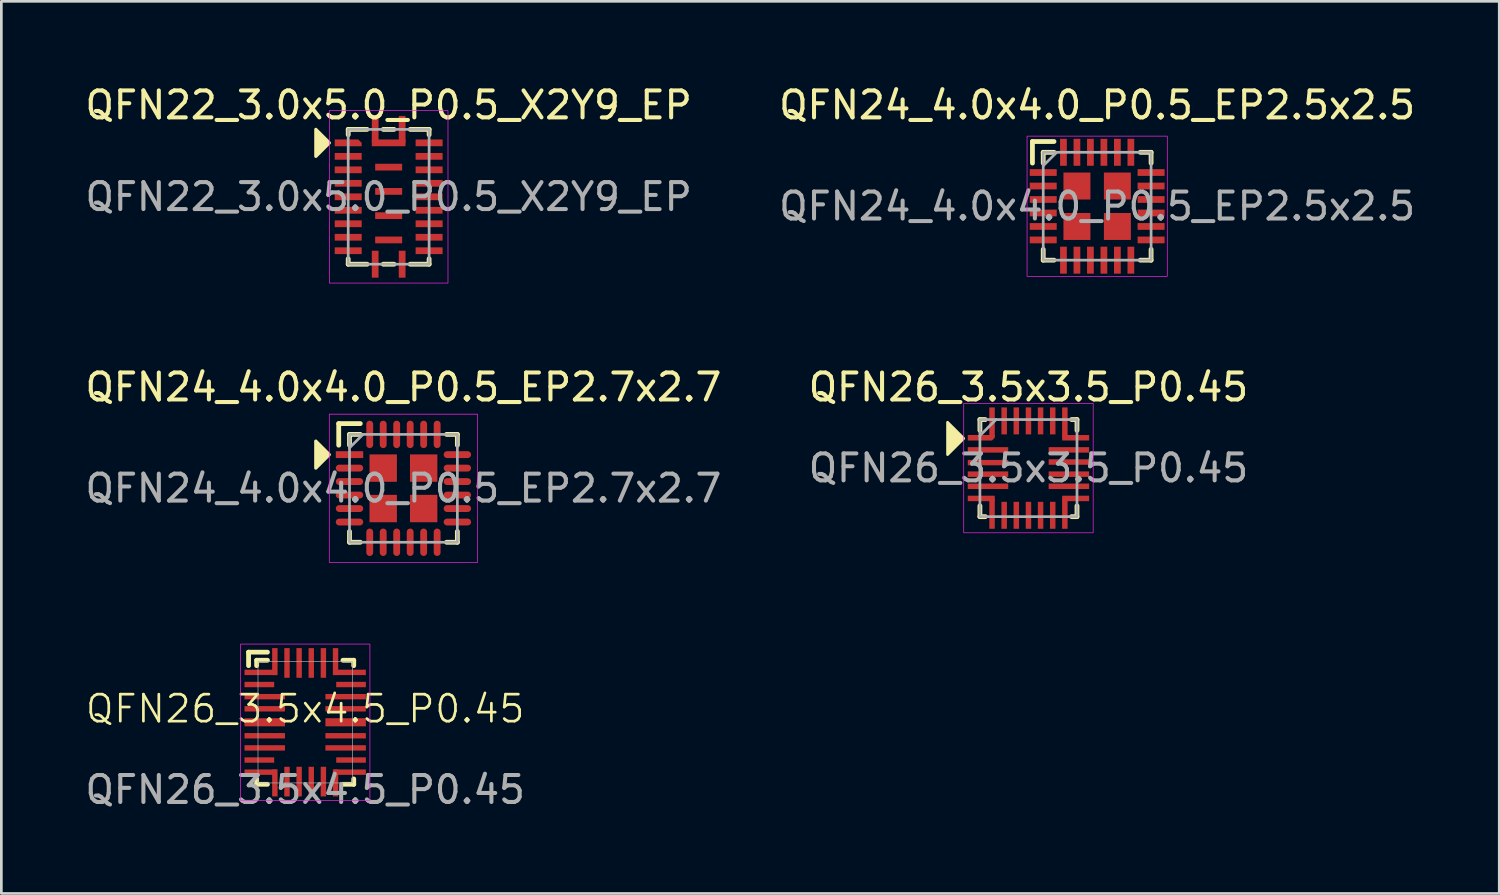
<source format=kicad_pcb>
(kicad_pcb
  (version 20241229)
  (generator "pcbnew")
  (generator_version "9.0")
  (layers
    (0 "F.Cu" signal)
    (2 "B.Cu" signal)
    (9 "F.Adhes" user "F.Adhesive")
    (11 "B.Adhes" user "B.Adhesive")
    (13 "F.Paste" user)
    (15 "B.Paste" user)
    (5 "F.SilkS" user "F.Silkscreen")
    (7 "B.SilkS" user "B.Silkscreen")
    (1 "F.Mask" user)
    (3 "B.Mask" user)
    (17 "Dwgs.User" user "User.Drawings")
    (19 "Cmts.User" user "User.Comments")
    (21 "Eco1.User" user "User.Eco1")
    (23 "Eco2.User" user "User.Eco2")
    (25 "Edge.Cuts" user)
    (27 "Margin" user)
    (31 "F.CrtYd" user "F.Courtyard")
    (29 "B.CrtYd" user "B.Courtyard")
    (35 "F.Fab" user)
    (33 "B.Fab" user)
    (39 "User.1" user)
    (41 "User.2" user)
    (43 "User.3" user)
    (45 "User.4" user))
  (footprint "QFN24_4.0x4.0_P0.5_EP2.5x2.5"
    (layer "F.Cu")
    (at 37.637 4.598)
    (property "Reference" "QFN24_4.0x4.0_P0.5_EP2.5x2.5" (at 0 -3.75 0) (unlocked yes) (layer "F.SilkS") (effects (font (size 1 1) (thickness 0.15))))
    (attr smd)
    (fp_line (start -2.4 -2.4) (end -1.6 -2.4) (stroke (width 0.178) (type solid)) (layer "F.SilkS"))
    (fp_line (start -2.4 -1.6) (end -2.4 -2.4) (stroke (width 0.178) (type solid)) (layer "F.SilkS"))
    (fp_line (start -2 -2) (end -1.6 -2) (stroke (width 0.178) (type solid)) (layer "F.SilkS"))
    (fp_line (start -2 -1.6) (end -2 -2) (stroke (width 0.178) (type solid)) (layer "F.SilkS"))
    (fp_line (start -2 1.6) (end -2 2) (stroke (width 0.178) (type solid)) (layer "F.SilkS"))
    (fp_line (start -2 2) (end -1.6 2) (stroke (width 0.178) (type solid)) (layer "F.SilkS"))
    (fp_line (start 1.6 -2) (end 2 -2) (stroke (width 0.178) (type solid)) (layer "F.SilkS"))
    (fp_line (start 2 -2) (end 2 -1.6) (stroke (width 0.178) (type solid)) (layer "F.SilkS"))
    (fp_line (start 2 1.6) (end 2 2) (stroke (width 0.178) (type solid)) (layer "F.SilkS"))
    (fp_line (start 2 2) (end 1.6 2) (stroke (width 0.178) (type solid)) (layer "F.SilkS"))
    (fp_rect (start -2.6 -2.6) (end 2.6 2.6) (stroke (width 0.025) (type solid)) (fill no) (layer "F.CrtYd"))
    (fp_line (start -2 -1.5) (end -1.5 -2) (stroke (width 0.1) (type solid)) (layer "F.Fab"))
    (fp_rect (start -2 -2) (end 2 2) (stroke (width 0.1) (type solid)) (fill no) (layer "F.Fab"))
    (fp_text user "${REFERENCE}" (at 0 0 0) (unlocked yes) (layer "F.Fab") (effects (font (size 1 1) (thickness 0.15))))
    (pad "1" smd rect (at -2 -1.25) (size 1 0.25) (layers "F.Cu" "F.Mask" "F.Paste"))
    (pad "2" smd rect (at -2 -0.75) (size 1 0.25) (layers "F.Cu" "F.Mask" "F.Paste"))
    (pad "3" smd rect (at -2 -0.25) (size 1 0.25) (layers "F.Cu" "F.Mask" "F.Paste"))
    (pad "4" smd rect (at -2 0.25) (size 1 0.25) (layers "F.Cu" "F.Mask" "F.Paste"))
    (pad "5" smd rect (at -2 0.75) (size 1 0.25) (layers "F.Cu" "F.Mask" "F.Paste"))
    (pad "6" smd rect (at -2 1.25) (size 1 0.25) (layers "F.Cu" "F.Mask" "F.Paste"))
    (pad "7" smd rect (at -1.25 2) (size 0.25 1) (layers "F.Cu" "F.Mask" "F.Paste"))
    (pad "8" smd rect (at -0.75 2) (size 0.25 1) (layers "F.Cu" "F.Mask" "F.Paste"))
    (pad "9" smd rect (at -0.25 2) (size 0.25 1) (layers "F.Cu" "F.Mask" "F.Paste"))
    (pad "10" smd rect (at 0.25 2) (size 0.25 1) (layers "F.Cu" "F.Mask" "F.Paste"))
    (pad "11" smd rect (at 0.75 2) (size 0.25 1) (layers "F.Cu" "F.Mask" "F.Paste"))
    (pad "12" smd rect (at 1.25 2) (size 0.25 1) (layers "F.Cu" "F.Mask" "F.Paste"))
    (pad "13" smd rect (at 2 1.25) (size 1 0.25) (layers "F.Cu" "F.Mask" "F.Paste"))
    (pad "14" smd rect (at 2 0.75) (size 1 0.25) (layers "F.Cu" "F.Mask" "F.Paste"))
    (pad "15" smd rect (at 2 0.25) (size 1 0.25) (layers "F.Cu" "F.Mask" "F.Paste"))
    (pad "16" smd rect (at 2 -0.25) (size 1 0.25) (layers "F.Cu" "F.Mask" "F.Paste"))
    (pad "17" smd rect (at 2 -0.75) (size 1 0.25) (layers "F.Cu" "F.Mask" "F.Paste"))
    (pad "18" smd rect (at 2 -1.25) (size 1 0.25) (layers "F.Cu" "F.Mask" "F.Paste"))
    (pad "19" smd rect (at 1.25 -2) (size 0.25 1) (layers "F.Cu" "F.Mask" "F.Paste"))
    (pad "20" smd rect (at 0.75 -2) (size 0.25 1) (layers "F.Cu" "F.Mask" "F.Paste"))
    (pad "21" smd rect (at 0.25 -2) (size 0.25 1) (layers "F.Cu" "F.Mask" "F.Paste"))
    (pad "22" smd rect (at -0.25 -2) (size 0.25 1) (layers "F.Cu" "F.Mask" "F.Paste"))
    (pad "23" smd rect (at -0.75 -2) (size 0.25 1) (layers "F.Cu" "F.Mask" "F.Paste"))
    (pad "24" smd rect (at -1.25 -2) (size 0.25 1) (layers "F.Cu" "F.Mask" "F.Paste"))
    (pad "25" smd rect (at -0.75 -0.75) (size 1 1) (layers "F.Cu" "F.Mask" "F.Paste"))
    (pad "25" smd rect (at -0.75 0.75) (size 1 1) (layers "F.Cu" "F.Mask" "F.Paste"))
    (pad "25" smd rect (at 0.75 -0.75) (size 1 1) (layers "F.Cu" "F.Mask" "F.Paste"))
    (pad "25" smd rect (at 0.75 0.75) (size 1 1) (layers "F.Cu" "F.Mask" "F.Paste")))
  (footprint "QFN22_3.0x5.0_P0.5_X2Y9_EP"
    (layer "F.Cu")
    (at 11.363 4.248)
    (property "Reference" "QFN22_3.0x5.0_P0.5_X2Y9_EP" (at 0 -3.4 0) (unlocked yes) (layer "F.SilkS") (effects (font (size 1 1) (thickness 0.15))))
    (attr smd)
    (fp_line (start -1.5 -2.5) (end -0.8 -2.5) (stroke (width 0.178) (type solid)) (layer "F.SilkS"))
    (fp_line (start -1.5 -2.3) (end -1.5 -2.5) (stroke (width 0.178) (type solid)) (layer "F.SilkS"))
    (fp_line (start -1.5 2.3) (end -1.5 2.5) (stroke (width 0.178) (type solid)) (layer "F.SilkS"))
    (fp_line (start -1.5 2.5) (end -0.8 2.5) (stroke (width 0.178) (type solid)) (layer "F.SilkS"))
    (fp_line (start -0.2 -2.5) (end 0.2 -2.5) (stroke (width 0.178) (type solid)) (layer "F.SilkS"))
    (fp_line (start -0.2 2.5) (end 0.2 2.5) (stroke (width 0.178) (type solid)) (layer "F.SilkS"))
    (fp_line (start 0.8 -2.5) (end 1.5 -2.5) (stroke (width 0.178) (type solid)) (layer "F.SilkS"))
    (fp_line (start 0.8 2.5) (end 1.5 2.5) (stroke (width 0.178) (type solid)) (layer "F.SilkS"))
    (fp_line (start 1.5 -2.5) (end 1.5 -2.3) (stroke (width 0.178) (type solid)) (layer "F.SilkS"))
    (fp_line (start 1.5 2.5) (end 1.5 2.3) (stroke (width 0.178) (type solid)) (layer "F.SilkS"))
    (fp_poly (pts (xy -2.2 -2) (xy -2.7 -1.5) (xy -2.7 -2.5)) (stroke (width 0.12) (type solid)) (fill yes) (layer "F.SilkS"))
    (fp_rect (start -2.2 -3.2) (end 2.2 3.2) (stroke (width 0.025) (type solid)) (fill no) (layer "F.CrtYd"))
    (fp_rect (start -1.5 -2.5) (end 1.5 2.5) (stroke (width 0.1) (type solid)) (fill no) (layer "F.Fab"))
    (fp_text user "${REFERENCE}" (at 0 0 0) (unlocked yes) (layer "F.Fab") (effects (font (size 1 1) (thickness 0.15))))
    (pad "1" smd roundrect (at -1.5 -2) (size 1 0.25) (layers "F.Cu" "F.Mask" "F.Paste") (roundrect_rratio 0) (chamfer_ratio 0.5) (chamfer top_right))
    (pad "2" smd rect (at -1.5 -1.5) (size 1 0.25) (layers "F.Cu" "F.Mask" "F.Paste"))
    (pad "3" smd rect (at -1.5 -1) (size 1 0.25) (layers "F.Cu" "F.Mask" "F.Paste"))
    (pad "4" smd rect (at -1.5 -0.5) (size 1 0.25) (layers "F.Cu" "F.Mask" "F.Paste"))
    (pad "5" smd rect (at -1.5 0) (size 1 0.25) (layers "F.Cu" "F.Mask" "F.Paste"))
    (pad "6" smd rect (at -1.5 0.5) (size 1 0.25) (layers "F.Cu" "F.Mask" "F.Paste"))
    (pad "7" smd rect (at -1.5 1) (size 1 0.25) (layers "F.Cu" "F.Mask" "F.Paste"))
    (pad "8" smd rect (at -1.5 1.5) (size 1 0.25) (layers "F.Cu" "F.Mask" "F.Paste"))
    (pad "9" smd rect (at -1.5 2) (size 1 0.25) (layers "F.Cu" "F.Mask" "F.Paste"))
    (pad "10" smd rect (at -0.5 2.5) (size 0.25 1) (layers "F.Cu" "F.Mask" "F.Paste"))
    (pad "11" smd rect (at 0.5 2.5) (size 0.25 1) (layers "F.Cu" "F.Mask" "F.Paste"))
    (pad "12" smd rect (at 1.5 2) (size 1 0.25) (layers "F.Cu" "F.Mask" "F.Paste"))
    (pad "13" smd rect (at 1.5 1.5) (size 1 0.25) (layers "F.Cu" "F.Mask" "F.Paste"))
    (pad "14" smd rect (at 1.5 1) (size 1 0.25) (layers "F.Cu" "F.Mask" "F.Paste"))
    (pad "15" smd rect (at 1.5 0.5) (size 1 0.25) (layers "F.Cu" "F.Mask" "F.Paste"))
    (pad "16" smd rect (at 1.5 0) (size 1 0.25) (layers "F.Cu" "F.Mask" "F.Paste"))
    (pad "17" smd rect (at 1.5 -0.5) (size 1 0.25) (layers "F.Cu" "F.Mask" "F.Paste"))
    (pad "18" smd rect (at 1.5 -1) (size 1 0.25) (layers "F.Cu" "F.Mask" "F.Paste"))
    (pad "19" smd rect (at 1.5 -1.5) (size 1 0.25) (layers "F.Cu" "F.Mask" "F.Paste"))
    (pad "20" smd rect (at 1.5 -2) (size 1 0.25) (layers "F.Cu" "F.Mask" "F.Paste"))
    (pad "21" smd rect (at 0.5 -2.5) (size 0.25 1) (layers "F.Cu" "F.Mask" "F.Paste"))
    (pad "22" smd rect (at -0.5 -2.5) (size 0.25 1) (layers "F.Cu" "F.Mask" "F.Paste"))
    (pad "23" smd rect (at 0 -2) (size 1.25 0.25) (layers "F.Cu" "F.Mask" "F.Paste"))
    (pad "23" smd rect (at 0 -1.1) (size 1 0.25) (layers "F.Cu" "F.Mask" "F.Paste"))
    (pad "23" smd rect (at 0 -0.2) (size 1 0.25) (layers "F.Cu" "F.Mask" "F.Paste"))
    (pad "23" smd rect (at 0 0.7) (size 1 0.25) (layers "F.Cu" "F.Mask" "F.Paste"))
    (pad "23" smd rect (at 0 1.6) (size 1 0.25) (layers "F.Cu" "F.Mask" "F.Paste")))
  (footprint "QFN26_3.5x4.5_P0.45"
    (layer "F.Cu")
    (at 8.268 23.735)
    (property "Reference" "QFN26_3.5x4.5_P0.45" (at 0 -0.5 0) (unlocked yes) (layer "F.SilkS") (effects (font (size 1 1) (thickness 0.1))))
    (attr smd)
    (fp_line (start -2.1 -2.6) (end -1.4 -2.6) (stroke (width 0.178) (type default)) (layer "F.SilkS"))
    (fp_line (start -2.1 -2.1) (end -2.1 -2.6) (stroke (width 0.178) (type default)) (layer "F.SilkS"))
    (fp_line (start -1.8 -2.3) (end -1.4 -2.3) (stroke (width 0.178) (type default)) (layer "F.SilkS"))
    (fp_line (start -1.8 -2.1) (end -1.8 -2.3) (stroke (width 0.178) (type default)) (layer "F.SilkS"))
    (fp_line (start -1.8 2.1) (end -1.8 2.3) (stroke (width 0.178) (type default)) (layer "F.SilkS"))
    (fp_line (start -1.8 2.3) (end -1.4 2.3) (stroke (width 0.178) (type default)) (layer "F.SilkS"))
    (fp_line (start 1.4 2.3) (end 1.8 2.3) (stroke (width 0.178) (type default)) (layer "F.SilkS"))
    (fp_line (start 1.8 -2.3) (end 1.4 -2.3) (stroke (width 0.178) (type default)) (layer "F.SilkS"))
    (fp_line (start 1.8 -2.1) (end 1.8 -2.3) (stroke (width 0.178) (type default)) (layer "F.SilkS"))
    (fp_line (start 1.8 2.3) (end 1.8 2.1) (stroke (width 0.178) (type default)) (layer "F.SilkS"))
    (fp_rect (start -2.4 -2.9) (end 2.4 2.9) (stroke (width 0.025) (type default)) (fill no) (layer "F.CrtYd"))
    (fp_rect (start -1.75 -2.25) (end 1.75 2.25) (stroke (width 0.025) (type default)) (fill no) (layer "F.Fab"))
    (fp_text user "${REFERENCE}" (at 0 2.5 0) (unlocked yes) (layer "F.Fab") (effects (font (size 1 1) (thickness 0.15))))
    (pad "1" smd rect (at -1.65 -1.85) (size 1.2 0.2) (layers "F.Cu" "F.Mask" "F.Paste"))
    (pad "1" smd rect (at -1.125 -2.25) (size 0.2 1) (layers "F.Cu" "F.Mask" "F.Paste"))
    (pad "2" smd rect (at -1.7 -1.4) (size 1.1 0.2) (layers "F.Cu" "F.Mask" "F.Paste"))
    (pad "3" smd rect (at -1.5 -0.95) (size 1.5 0.2) (layers "F.Cu" "F.Mask" "F.Paste"))
    (pad "4" smd rect (at -1.5 -0.5) (size 1.5 0.2) (layers "F.Cu" "F.Mask" "F.Paste"))
    (pad "5" smd rect (at -1.5 0) (size 1.5 0.3) (layers "F.Cu" "F.Mask" "F.Paste"))
    (pad "6" smd rect (at -1.5 0.5) (size 1.5 0.2) (layers "F.Cu" "F.Mask" "F.Paste"))
    (pad "7" smd rect (at -1.5 0.95) (size 1.5 0.2) (layers "F.Cu" "F.Mask" "F.Paste"))
    (pad "8" smd rect (at -1.7 1.4) (size 1.1 0.2) (layers "F.Cu" "F.Mask" "F.Paste"))
    (pad "9" smd rect (at -1.65 1.85) (size 1.2 0.2) (layers "F.Cu" "F.Mask" "F.Paste"))
    (pad "9" smd rect (at -1.125 2.25) (size 0.2 1) (layers "F.Cu" "F.Mask" "F.Paste"))
    (pad "10" smd rect (at -0.675 2.2) (size 0.2 1.1) (layers "F.Cu" "F.Mask" "F.Paste"))
    (pad "11" smd rect (at -0.225 2.2) (size 0.2 1.1) (layers "F.Cu" "F.Mask" "F.Paste"))
    (pad "12" smd rect (at 0.225 2.2) (size 0.2 1.1) (layers "F.Cu" "F.Mask" "F.Paste"))
    (pad "13" smd rect (at 0.675 2.2) (size 0.2 1.1) (layers "F.Cu" "F.Mask" "F.Paste"))
    (pad "14" smd rect (at 1.125 2.25) (size 0.2 1) (layers "F.Cu" "F.Mask" "F.Paste"))
    (pad "14" smd rect (at 1.65 1.85) (size 1.2 0.2) (layers "F.Cu" "F.Mask" "F.Paste"))
    (pad "15" smd rect (at 1.7 1.4) (size 1.1 0.2) (layers "F.Cu" "F.Mask" "F.Paste"))
    (pad "16" smd rect (at 1.5 0.95) (size 1.5 0.2) (layers "F.Cu" "F.Mask" "F.Paste"))
    (pad "17" smd rect (at 1.5 0.5) (size 1.5 0.2) (layers "F.Cu" "F.Mask" "F.Paste"))
    (pad "18" smd rect (at 1.5 0) (size 1.5 0.3) (layers "F.Cu" "F.Mask" "F.Paste"))
    (pad "19" smd rect (at 1.5 -0.5) (size 1.5 0.2) (layers "F.Cu" "F.Mask" "F.Paste"))
    (pad "20" smd rect (at 1.5 -0.95) (size 1.5 0.2) (layers "F.Cu" "F.Mask" "F.Paste"))
    (pad "21" smd rect (at 1.7 -1.4) (size 1.1 0.2) (layers "F.Cu" "F.Mask" "F.Paste"))
    (pad "22" smd rect (at 1.125 -2.25) (size 0.2 1) (layers "F.Cu" "F.Mask" "F.Paste"))
    (pad "22" smd rect (at 1.65 -1.85) (size 1.2 0.2) (layers "F.Cu" "F.Mask" "F.Paste"))
    (pad "23" smd rect (at 0.675 -2.2) (size 0.2 1.1) (layers "F.Cu" "F.Mask" "F.Paste"))
    (pad "24" smd rect (at 0.225 -2.2) (size 0.2 1.1) (layers "F.Cu" "F.Mask" "F.Paste"))
    (pad "25" smd rect (at -0.225 -2.2) (size 0.2 1.1) (layers "F.Cu" "F.Mask" "F.Paste"))
    (pad "26" smd rect (at -0.675 -2.2) (size 0.2 1.1) (layers "F.Cu" "F.Mask" "F.Paste")))
  (footprint "QFN24_4.0x4.0_P0.5_EP2.7x2.7"
    (layer "F.Cu")
    (at 11.911 15.059)
    (property "Reference" "QFN24_4.0x4.0_P0.5_EP2.7x2.7" (at 0 -3.75 0) (unlocked yes) (layer "F.SilkS") (effects (font (size 1 1) (thickness 0.15))))
    (attr smd)
    (fp_line (start -2.4 -2.4) (end -1.6 -2.4) (stroke (width 0.178) (type solid)) (layer "F.SilkS"))
    (fp_line (start -2.4 -1.6) (end -2.4 -2.4) (stroke (width 0.178) (type solid)) (layer "F.SilkS"))
    (fp_line (start -2 -2) (end -1.6 -2) (stroke (width 0.178) (type solid)) (layer "F.SilkS"))
    (fp_line (start -2 -1.6) (end -2 -2) (stroke (width 0.178) (type solid)) (layer "F.SilkS"))
    (fp_line (start -2 1.6) (end -2 2) (stroke (width 0.178) (type solid)) (layer "F.SilkS"))
    (fp_line (start -2 2) (end -1.6 2) (stroke (width 0.178) (type solid)) (layer "F.SilkS"))
    (fp_line (start 1.6 -2) (end 2 -2) (stroke (width 0.178) (type solid)) (layer "F.SilkS"))
    (fp_line (start 2 -2) (end 2 -1.6) (stroke (width 0.178) (type solid)) (layer "F.SilkS"))
    (fp_line (start 2 1.6) (end 2 2) (stroke (width 0.178) (type solid)) (layer "F.SilkS"))
    (fp_line (start 2 2) (end 1.6 2) (stroke (width 0.178) (type solid)) (layer "F.SilkS"))
    (fp_poly (pts (xy -2.75 -1.25) (xy -3.25 -0.75) (xy -3.25 -1.75)) (stroke (width 0.12) (type solid)) (fill yes) (layer "F.SilkS"))
    (fp_rect (start -2.75 -2.75) (end 2.75 2.75) (stroke (width 0.025) (type solid)) (fill no) (layer "F.CrtYd"))
    (fp_line (start -2 -1.5) (end -1.5 -2) (stroke (width 0.1) (type solid)) (layer "F.Fab"))
    (fp_rect (start -2 -2) (end 2 2) (stroke (width 0.1) (type solid)) (fill no) (layer "F.Fab"))
    (fp_text user "${REFERENCE}" (at 0 0 0) (unlocked yes) (layer "F.Fab") (effects (font (size 1 1) (thickness 0.15))))
    (pad "1" smd rect (at -2 -1.25) (size 1.016 0.254) (layers "F.Cu" "F.Mask" "F.Paste"))
    (pad "2" smd oval (at -2 -0.75) (size 1.016 0.254) (layers "F.Cu" "F.Mask" "F.Paste"))
    (pad "3" smd oval (at -2 -0.25) (size 1.016 0.254) (layers "F.Cu" "F.Mask" "F.Paste"))
    (pad "4" smd oval (at -2 0.25) (size 1.016 0.254) (layers "F.Cu" "F.Mask" "F.Paste"))
    (pad "5" smd oval (at -2 0.75) (size 1.016 0.254) (layers "F.Cu" "F.Mask" "F.Paste"))
    (pad "6" smd oval (at -2 1.25) (size 1.016 0.254) (layers "F.Cu" "F.Mask" "F.Paste"))
    (pad "7" smd oval (at -1.25 2) (size 0.254 1.016) (layers "F.Cu" "F.Mask" "F.Paste"))
    (pad "8" smd oval (at -0.75 2) (size 0.254 1.016) (layers "F.Cu" "F.Mask" "F.Paste"))
    (pad "9" smd oval (at -0.25 2) (size 0.254 1.016) (layers "F.Cu" "F.Mask" "F.Paste"))
    (pad "10" smd oval (at 0.25 2) (size 0.254 1.016) (layers "F.Cu" "F.Mask" "F.Paste"))
    (pad "11" smd oval (at 0.75 2) (size 0.254 1.016) (layers "F.Cu" "F.Mask" "F.Paste"))
    (pad "12" smd oval (at 1.25 2) (size 0.254 1.016) (layers "F.Cu" "F.Mask" "F.Paste"))
    (pad "13" smd oval (at 2 1.25) (size 1.016 0.254) (layers "F.Cu" "F.Mask" "F.Paste"))
    (pad "14" smd oval (at 2 0.75) (size 1.016 0.254) (layers "F.Cu" "F.Mask" "F.Paste"))
    (pad "15" smd oval (at 2 0.25) (size 1.016 0.254) (layers "F.Cu" "F.Mask" "F.Paste"))
    (pad "16" smd oval (at 2 -0.25) (size 1.016 0.254) (layers "F.Cu" "F.Mask" "F.Paste"))
    (pad "17" smd oval (at 2 -0.75) (size 1.016 0.254) (layers "F.Cu" "F.Mask" "F.Paste"))
    (pad "18" smd oval (at 2 -1.25) (size 1.016 0.254) (layers "F.Cu" "F.Mask" "F.Paste"))
    (pad "19" smd oval (at 1.25 -2) (size 0.254 1.016) (layers "F.Cu" "F.Mask" "F.Paste"))
    (pad "20" smd oval (at 0.75 -2) (size 0.254 1.016) (layers "F.Cu" "F.Mask" "F.Paste"))
    (pad "21" smd oval (at 0.25 -2) (size 0.254 1.016) (layers "F.Cu" "F.Mask" "F.Paste"))
    (pad "22" smd oval (at -0.25 -2) (size 0.254 1.016) (layers "F.Cu" "F.Mask" "F.Paste"))
    (pad "23" smd oval (at -0.75 -2) (size 0.254 1.016) (layers "F.Cu" "F.Mask" "F.Paste"))
    (pad "24" smd oval (at -1.25 -2) (size 0.254 1.016) (layers "F.Cu" "F.Mask" "F.Paste"))
    (pad "25" smd rect (at -0.75 -0.75) (size 1.016 1.016) (layers "F.Cu" "F.Mask" "F.Paste"))
    (pad "25" smd rect (at -0.75 0.75) (size 1.016 1.016) (layers "F.Cu" "F.Mask" "F.Paste"))
    (pad "25" smd rect (at 0.75 -0.75) (size 1.016 1.016) (layers "F.Cu" "F.Mask" "F.Paste"))
    (pad "25" smd rect (at 0.75 0.75) (size 1.016 1.016) (layers "F.Cu" "F.Mask" "F.Paste")))
  (footprint "QFN26_3.5x3.5_P0.45"
    (layer "F.Cu")
    (at 35.089 14.309)
    (property "Reference" "QFN26_3.5x3.5_P0.45" (at 0 -3 0) (unlocked yes) (layer "F.SilkS") (effects (font (size 1 1) (thickness 0.15))))
    (attr smd)
    (fp_line (start -1.8 -1.4) (end -1.8 -1.8) (stroke (width 0.178) (type solid)) (layer "F.SilkS"))
    (fp_line (start -1.8 1.8) (end -1.8 1.4) (stroke (width 0.178) (type solid)) (layer "F.SilkS"))
    (fp_line (start -1.6 -1.8) (end -1.8 -1.8) (stroke (width 0.178) (type default)) (layer "F.SilkS"))
    (fp_line (start -1.6 1.8) (end -1.8 1.8) (stroke (width 0.178) (type default)) (layer "F.SilkS"))
    (fp_line (start 1.8 -1.8) (end 1.6 -1.8) (stroke (width 0.178) (type default)) (layer "F.SilkS"))
    (fp_line (start 1.8 -1.4) (end 1.8 -1.8) (stroke (width 0.178) (type solid)) (layer "F.SilkS"))
    (fp_line (start 1.8 1.8) (end 1.6 1.8) (stroke (width 0.178) (type default)) (layer "F.SilkS"))
    (fp_line (start 1.8 1.8) (end 1.8 1.4) (stroke (width 0.178) (type solid)) (layer "F.SilkS"))
    (fp_poly (pts (xy -2.4 -1.1) (xy -3 -1.7) (xy -3 -0.5)) (stroke (width 0.1) (type solid)) (fill yes) (layer "F.SilkS"))
    (fp_rect (start -2.4 -2.4) (end 2.4 2.4) (stroke (width 0.025) (type default)) (fill no) (layer "F.CrtYd"))
    (fp_line (start -1.803 -1.2) (end -1.2 -1.803) (stroke (width 0.1) (type solid)) (layer "F.Fab"))
    (fp_rect (start -1.8 -1.8) (end 1.8 1.8) (stroke (width 0.1) (type default)) (fill no) (layer "F.Fab"))
    (fp_text user "${REFERENCE}" (at 0 0 0) (unlocked yes) (layer "F.Fab") (effects (font (size 1 1) (thickness 0.15))))
    (pad "1" smd roundrect (at -1.75 -1.125) (size 1 0.203) (layers "F.Cu" "F.Mask" "F.Paste") (roundrect_rratio 0) (chamfer_ratio 0.5) (chamfer bottom_right))
    (pad "2" smd rect (at -1.5 -0.675) (size 1.5 0.203) (layers "F.Cu" "F.Mask" "F.Paste"))
    (pad "3" smd rect (at -1.5 -0.203) (size 1.5 0.2) (layers "F.Cu" "F.Mask" "F.Paste"))
    (pad "4" smd rect (at -1.5 0.225) (size 1.5 0.203) (layers "F.Cu" "F.Mask" "F.Paste"))
    (pad "5" smd rect (at -1.5 0.675) (size 1.5 0.203) (layers "F.Cu" "F.Mask" "F.Paste"))
    (pad "6" smd rect (at -1.75 1.125) (size 1 0.203) (layers "F.Cu" "F.Mask" "F.Paste"))
    (pad "7" smd rect (at -1.35 1.7 90) (size 1.1 0.203) (layers "F.Cu" "F.Mask" "F.Paste"))
    (pad "8" smd rect (at -0.9 1.75 90) (size 1 0.203) (layers "F.Cu" "F.Mask" "F.Paste"))
    (pad "9" smd rect (at -0.45 1.75 90) (size 1 0.203) (layers "F.Cu" "F.Mask" "F.Paste"))
    (pad "10" smd rect (at 0 1.75 90) (size 1 0.203) (layers "F.Cu" "F.Mask" "F.Paste"))
    (pad "11" smd rect (at 0.45 1.75 90) (size 1 0.203) (layers "F.Cu" "F.Mask" "F.Paste"))
    (pad "12" smd rect (at 0.9 1.75 90) (size 1 0.203) (layers "F.Cu" "F.Mask" "F.Paste"))
    (pad "13" smd rect (at 1.35 1.7 90) (size 1.1 0.203) (layers "F.Cu" "F.Mask" "F.Paste"))
    (pad "14" smd rect (at 1.75 1.125) (size 1 0.203) (layers "F.Cu" "F.Mask" "F.Paste"))
    (pad "15" smd rect (at 1.5 0.675) (size 1.5 0.203) (layers "F.Cu" "F.Mask" "F.Paste"))
    (pad "16" smd rect (at 1.5 0.225) (size 1.5 0.203) (layers "F.Cu" "F.Mask" "F.Paste"))
    (pad "17" smd rect (at 1.5 -0.225) (size 1.5 0.203) (layers "F.Cu" "F.Mask" "F.Paste"))
    (pad "18" smd rect (at 1.5 -0.675) (size 1.5 0.203) (layers "F.Cu" "F.Mask" "F.Paste"))
    (pad "19" smd rect (at 1.75 -1.125) (size 1 0.203) (layers "F.Cu" "F.Mask" "F.Paste"))
    (pad "20" smd rect (at 1.35 -1.7 90) (size 1.1 0.203) (layers "F.Cu" "F.Mask" "F.Paste"))
    (pad "21" smd rect (at 0.9 -1.75 90) (size 1 0.203) (layers "F.Cu" "F.Mask" "F.Paste"))
    (pad "22" smd rect (at 0.45 -1.75 90) (size 1 0.203) (layers "F.Cu" "F.Mask" "F.Paste"))
    (pad "23" smd rect (at 0 -1.75 90) (size 1 0.203) (layers "F.Cu" "F.Mask" "F.Paste"))
    (pad "24" smd rect (at -0.45 -1.75 90) (size 1 0.203) (layers "F.Cu" "F.Mask" "F.Paste"))
    (pad "25" smd rect (at -0.9 -1.75 90) (size 1 0.203) (layers "F.Cu" "F.Mask" "F.Paste"))
    (pad "26" smd rect (at -1.35 -1.7 90) (size 1.1 0.203) (layers "F.Cu" "F.Mask" "F.Paste")))
  (gr_rect
    (start -3 -3)
    (end 52.548 30.083)
    (stroke (width 0.1) (type default))
    (fill no)
    (layer "Edge.Cuts")))
</source>
